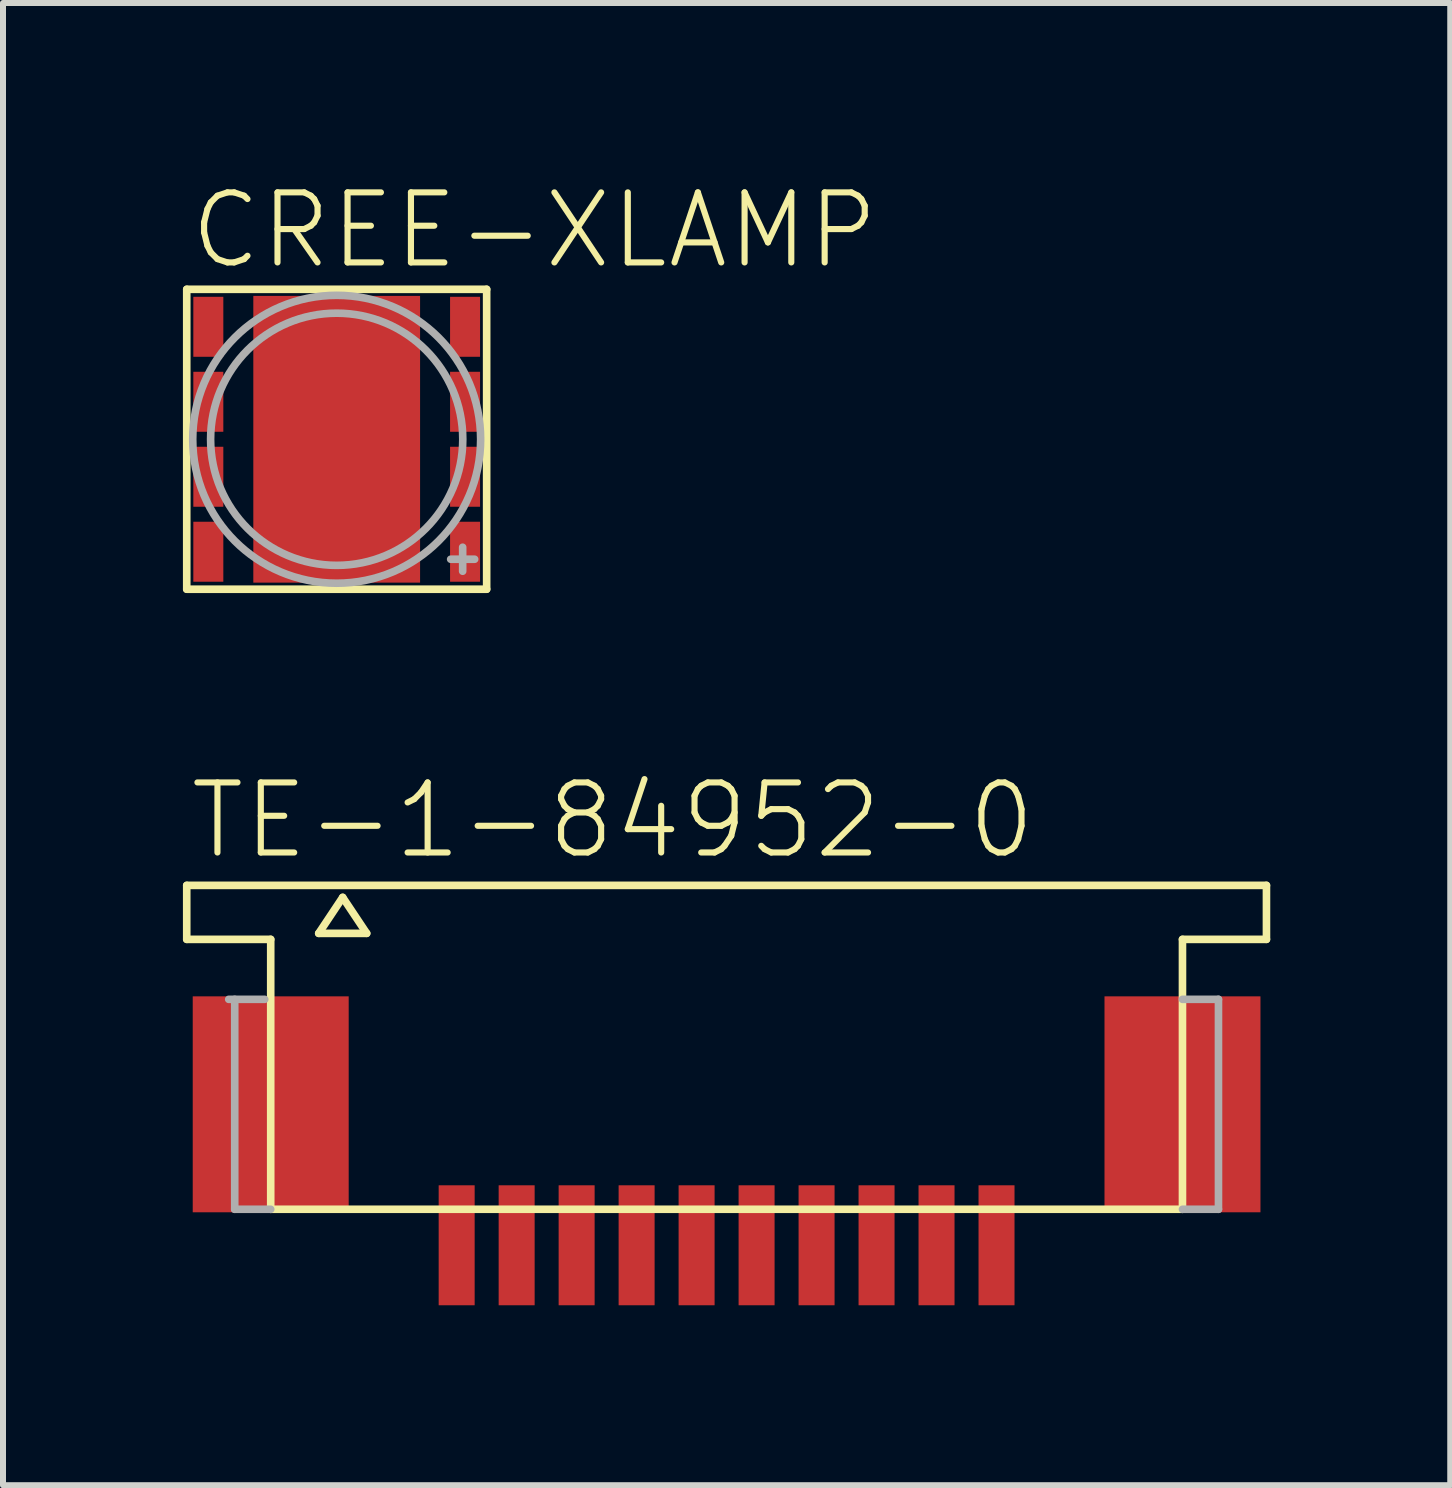
<source format=kicad_pcb>
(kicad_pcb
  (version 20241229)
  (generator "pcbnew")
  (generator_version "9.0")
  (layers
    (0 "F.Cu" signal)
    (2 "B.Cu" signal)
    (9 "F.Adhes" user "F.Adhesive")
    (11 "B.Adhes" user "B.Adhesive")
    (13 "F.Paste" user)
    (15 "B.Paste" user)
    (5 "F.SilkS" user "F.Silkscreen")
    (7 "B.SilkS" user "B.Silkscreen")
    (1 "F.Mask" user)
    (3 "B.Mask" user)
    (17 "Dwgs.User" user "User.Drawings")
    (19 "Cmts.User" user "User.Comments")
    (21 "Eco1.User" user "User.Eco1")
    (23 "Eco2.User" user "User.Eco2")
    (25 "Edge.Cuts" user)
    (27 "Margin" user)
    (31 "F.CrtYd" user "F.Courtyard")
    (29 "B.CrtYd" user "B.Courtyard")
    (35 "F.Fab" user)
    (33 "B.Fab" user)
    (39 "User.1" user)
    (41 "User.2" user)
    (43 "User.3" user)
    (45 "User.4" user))
  (footprint "TE-1-84952-0"
    (layer "F.Cu")
    (at 9.063 11.71)
    (property "Reference" "TE-1-84952-0" (at -9 -0.4 0) (unlocked yes) (layer "F.SilkS") (effects (font (size 1.168 1.168) (thickness 0.102)) (justify left bottom)))
    (fp_line (start -9 0) (end -9 0.9) (stroke (width 0.127) (type solid)) (layer "F.SilkS"))
    (fp_line (start -9 0) (end 9 0) (stroke (width 0.127) (type solid)) (layer "F.SilkS"))
    (fp_line (start -9 0.9) (end -7.6 0.9) (stroke (width 0.127) (type solid)) (layer "F.SilkS"))
    (fp_line (start -7.6 5.4) (end -7.6 0.9) (stroke (width 0.127) (type solid)) (layer "F.SilkS"))
    (fp_line (start -6.8 0.8) (end -6 0.8) (stroke (width 0.127) (type solid)) (layer "F.SilkS"))
    (fp_line (start -6.4 0.2) (end -6.8 0.8) (stroke (width 0.127) (type solid)) (layer "F.SilkS"))
    (fp_line (start -6 0.8) (end -6.4 0.2) (stroke (width 0.127) (type solid)) (layer "F.SilkS"))
    (fp_line (start 7.6 0.9) (end 7.6 5.4) (stroke (width 0.127) (type solid)) (layer "F.SilkS"))
    (fp_line (start 7.6 5.4) (end -7.6 5.4) (stroke (width 0.127) (type solid)) (layer "F.SilkS"))
    (fp_line (start 9 0) (end 9 0.9) (stroke (width 0.127) (type solid)) (layer "F.SilkS"))
    (fp_line (start 9 0.9) (end 7.6 0.9) (stroke (width 0.127) (type solid)) (layer "F.SilkS"))
    (fp_line (start -8.2 5.4) (end -8.2 1.9) (stroke (width 0.127) (type solid)) (layer "F.Fab"))
    (fp_line (start -8.2 5.4) (end -7.6 5.4) (stroke (width 0.127) (type solid)) (layer "F.Fab"))
    (fp_line (start -7.7 1.9) (end -8.3 1.9) (stroke (width 0.127) (type solid)) (layer "F.Fab"))
    (fp_line (start 7.6 5.4) (end 8.2 5.4) (stroke (width 0.127) (type solid)) (layer "F.Fab"))
    (fp_line (start 8.2 1.9) (end 7.6 1.9) (stroke (width 0.127) (type solid)) (layer "F.Fab"))
    (fp_line (start 8.2 5.4) (end 8.2 1.9) (stroke (width 0.127) (type solid)) (layer "F.Fab"))
    (pad "1" smd rect (at -4.5 6) (size 0.6 2) (layers "F.Cu" "F.Mask" "F.Paste"))
    (pad "2" smd rect (at -3.5 6) (size 0.6 2) (layers "F.Cu" "F.Mask" "F.Paste"))
    (pad "3" smd rect (at -2.5 6) (size 0.6 2) (layers "F.Cu" "F.Mask" "F.Paste"))
    (pad "4" smd rect (at -1.5 6) (size 0.6 2) (layers "F.Cu" "F.Mask" "F.Paste"))
    (pad "5" smd rect (at -0.5 6) (size 0.6 2) (layers "F.Cu" "F.Mask" "F.Paste"))
    (pad "6" smd rect (at 0.5 6) (size 0.6 2) (layers "F.Cu" "F.Mask" "F.Paste"))
    (pad "7" smd rect (at 1.5 6) (size 0.6 2) (layers "F.Cu" "F.Mask" "F.Paste"))
    (pad "8" smd rect (at 2.5 6) (size 0.6 2) (layers "F.Cu" "F.Mask" "F.Paste"))
    (pad "9" smd rect (at 3.5 6) (size 0.6 2) (layers "F.Cu" "F.Mask" "F.Paste"))
    (pad "10" smd rect (at 4.5 6) (size 0.6 2) (layers "F.Cu" "F.Mask" "F.Paste"))
    (pad "G1" smd rect (at -7.6 3.65) (size 2.6 3.6) (layers "F.Cu" "F.Mask" "F.Paste"))
    (pad "G2" smd rect (at 7.6 3.65) (size 2.6 3.6) (layers "F.Cu" "F.Mask" "F.Paste")))
  (footprint "CREE-XLAMP"
    (layer "F.Cu")
    (at 2.563 4.273)
    (property "Reference" "CREE-XLAMP" (at -2.5 -2.8 0) (unlocked yes) (layer "F.SilkS") (effects (font (size 1.168 1.168) (thickness 0.102)) (justify left bottom)))
    (fp_poly (pts (xy -2.44 -1.32) (xy -1.84 -1.32) (xy -1.84 -2.42) (xy -2.44 -2.42)) (stroke (width 0) (type default)) (fill yes) (layer "F.Mask"))
    (fp_poly (pts (xy -2.44 -0.07) (xy -1.84 -0.07) (xy -1.84 -1.17) (xy -2.44 -1.17)) (stroke (width 0) (type default)) (fill yes) (layer "F.Mask"))
    (fp_poly (pts (xy -2.44 1.18) (xy -1.84 1.18) (xy -1.84 0.08) (xy -2.44 0.08)) (stroke (width 0) (type default)) (fill yes) (layer "F.Mask"))
    (fp_poly (pts (xy -2.44 2.43) (xy -1.84 2.43) (xy -1.84 1.33) (xy -2.44 1.33)) (stroke (width 0) (type default)) (fill yes) (layer "F.Mask"))
    (fp_poly (pts (xy -1.44 2.44) (xy 1.44 2.44) (xy 1.44 -2.44) (xy -1.44 -2.44)) (stroke (width 0) (type default)) (fill yes) (layer "F.Mask"))
    (fp_poly (pts (xy 1.84 -1.32) (xy 2.44 -1.32) (xy 2.44 -2.42) (xy 1.84 -2.42)) (stroke (width 0) (type default)) (fill yes) (layer "F.Mask"))
    (fp_poly (pts (xy 1.84 -0.07) (xy 2.44 -0.07) (xy 2.44 -1.17) (xy 1.84 -1.17)) (stroke (width 0) (type default)) (fill yes) (layer "F.Mask"))
    (fp_poly (pts (xy 1.84 1.18) (xy 2.44 1.18) (xy 2.44 0.08) (xy 1.84 0.08)) (stroke (width 0) (type default)) (fill yes) (layer "F.Mask"))
    (fp_poly (pts (xy 1.84 2.43) (xy 2.44 2.43) (xy 2.44 1.33) (xy 1.84 1.33)) (stroke (width 0) (type default)) (fill yes) (layer "F.Mask"))
    (fp_line (start -2.5 -2.5) (end -2.5 2.5) (stroke (width 0.127) (type solid)) (layer "F.SilkS"))
    (fp_line (start -2.5 2.5) (end 2.5 2.5) (stroke (width 0.127) (type solid)) (layer "F.SilkS"))
    (fp_line (start 2.5 -2.5) (end -2.5 -2.5) (stroke (width 0.127) (type solid)) (layer "F.SilkS"))
    (fp_line (start 2.5 2.5) (end 2.5 -2.5) (stroke (width 0.127) (type solid)) (layer "F.SilkS"))
    (fp_poly (pts (xy -2.38 -1.38) (xy -1.9 -1.38) (xy -1.9 -2.36) (xy -2.38 -2.36)) (stroke (width 0) (type default)) (fill yes) (layer "F.Paste"))
    (fp_poly (pts (xy -2.38 -0.13) (xy -1.9 -0.13) (xy -1.9 -1.11) (xy -2.38 -1.11)) (stroke (width 0) (type default)) (fill yes) (layer "F.Paste"))
    (fp_poly (pts (xy -2.38 1.12) (xy -1.9 1.12) (xy -1.9 0.14) (xy -2.38 0.14)) (stroke (width 0) (type default)) (fill yes) (layer "F.Paste"))
    (fp_poly (pts (xy -2.38 2.37) (xy -1.9 2.37) (xy -1.9 1.39) (xy -2.38 1.39)) (stroke (width 0) (type default)) (fill yes) (layer "F.Paste"))
    (fp_poly (pts (xy -1.1 -1.1) (xy -0.1 -1.1) (xy -0.1 -1.9) (xy -1.1 -1.9)) (stroke (width 0) (type default)) (fill yes) (layer "F.Paste"))
    (fp_poly (pts (xy -1.1 -0.1) (xy -0.1 -0.1) (xy -0.1 -0.9) (xy -1.1 -0.9)) (stroke (width 0) (type default)) (fill yes) (layer "F.Paste"))
    (fp_poly (pts (xy -1.1 0.9) (xy -0.1 0.9) (xy -0.1 0.1) (xy -1.1 0.1)) (stroke (width 0) (type default)) (fill yes) (layer "F.Paste"))
    (fp_poly (pts (xy -1.1 1.9) (xy -0.1 1.9) (xy -0.1 1.1) (xy -1.1 1.1)) (stroke (width 0) (type default)) (fill yes) (layer "F.Paste"))
    (fp_poly (pts (xy 0.1 -1.1) (xy 1.1 -1.1) (xy 1.1 -1.9) (xy 0.1 -1.9)) (stroke (width 0) (type default)) (fill yes) (layer "F.Paste"))
    (fp_poly (pts (xy 0.1 -0.1) (xy 1.1 -0.1) (xy 1.1 -0.9) (xy 0.1 -0.9)) (stroke (width 0) (type default)) (fill yes) (layer "F.Paste"))
    (fp_poly (pts (xy 0.1 0.9) (xy 1.1 0.9) (xy 1.1 0.1) (xy 0.1 0.1)) (stroke (width 0) (type default)) (fill yes) (layer "F.Paste"))
    (fp_poly (pts (xy 0.1 1.9) (xy 1.1 1.9) (xy 1.1 1.1) (xy 0.1 1.1)) (stroke (width 0) (type default)) (fill yes) (layer "F.Paste"))
    (fp_poly (pts (xy 1.9 -1.38) (xy 2.38 -1.38) (xy 2.38 -2.36) (xy 1.9 -2.36)) (stroke (width 0) (type default)) (fill yes) (layer "F.Paste"))
    (fp_poly (pts (xy 1.9 -0.13) (xy 2.38 -0.13) (xy 2.38 -1.11) (xy 1.9 -1.11)) (stroke (width 0) (type default)) (fill yes) (layer "F.Paste"))
    (fp_poly (pts (xy 1.9 1.12) (xy 2.38 1.12) (xy 2.38 0.14) (xy 1.9 0.14)) (stroke (width 0) (type default)) (fill yes) (layer "F.Paste"))
    (fp_poly (pts (xy 1.9 2.37) (xy 2.38 2.37) (xy 2.38 1.39) (xy 1.9 1.39)) (stroke (width 0) (type default)) (fill yes) (layer "F.Paste"))
    (fp_line (start 1.9 2) (end 2.3 2) (stroke (width 0.127) (type solid)) (layer "F.Fab"))
    (fp_line (start 2.1 2.2) (end 2.1 1.8) (stroke (width 0.127) (type solid)) (layer "F.Fab"))
    (fp_circle (center 0 0) (end 2.102 0) (stroke (width 0.127) (type solid)) (fill no) (layer "F.Fab"))
    (fp_circle (center 0 0) (end 2.4 0) (stroke (width 0.127) (type solid)) (fill no) (layer "F.Fab"))
    (pad "1" smd rect (at 2.14 -1.875) (size 0.5 1) (layers "F.Cu"))
    (pad "2" smd rect (at 2.14 -0.625) (size 0.5 1) (layers "F.Cu"))
    (pad "3" smd rect (at 2.14 0.625) (size 0.5 1) (layers "F.Cu"))
    (pad "4" smd rect (at 2.14 1.875) (size 0.5 1) (layers "F.Cu"))
    (pad "5" smd rect (at -2.14 1.875) (size 0.5 1) (layers "F.Cu"))
    (pad "6" smd rect (at -2.14 0.625) (size 0.5 1) (layers "F.Cu"))
    (pad "7" smd rect (at -2.14 -0.625) (size 0.5 1) (layers "F.Cu"))
    (pad "8" smd rect (at -2.14 -1.875) (size 0.5 1) (layers "F.Cu"))
    (pad "PAD" smd rect (at 0 0) (size 2.78 4.78) (layers "F.Cu")))
  (gr_rect
    (start -3 -3)
    (end 21.127 21.71)
    (stroke (width 0.1) (type default))
    (fill no)
    (layer "Edge.Cuts")))
</source>
